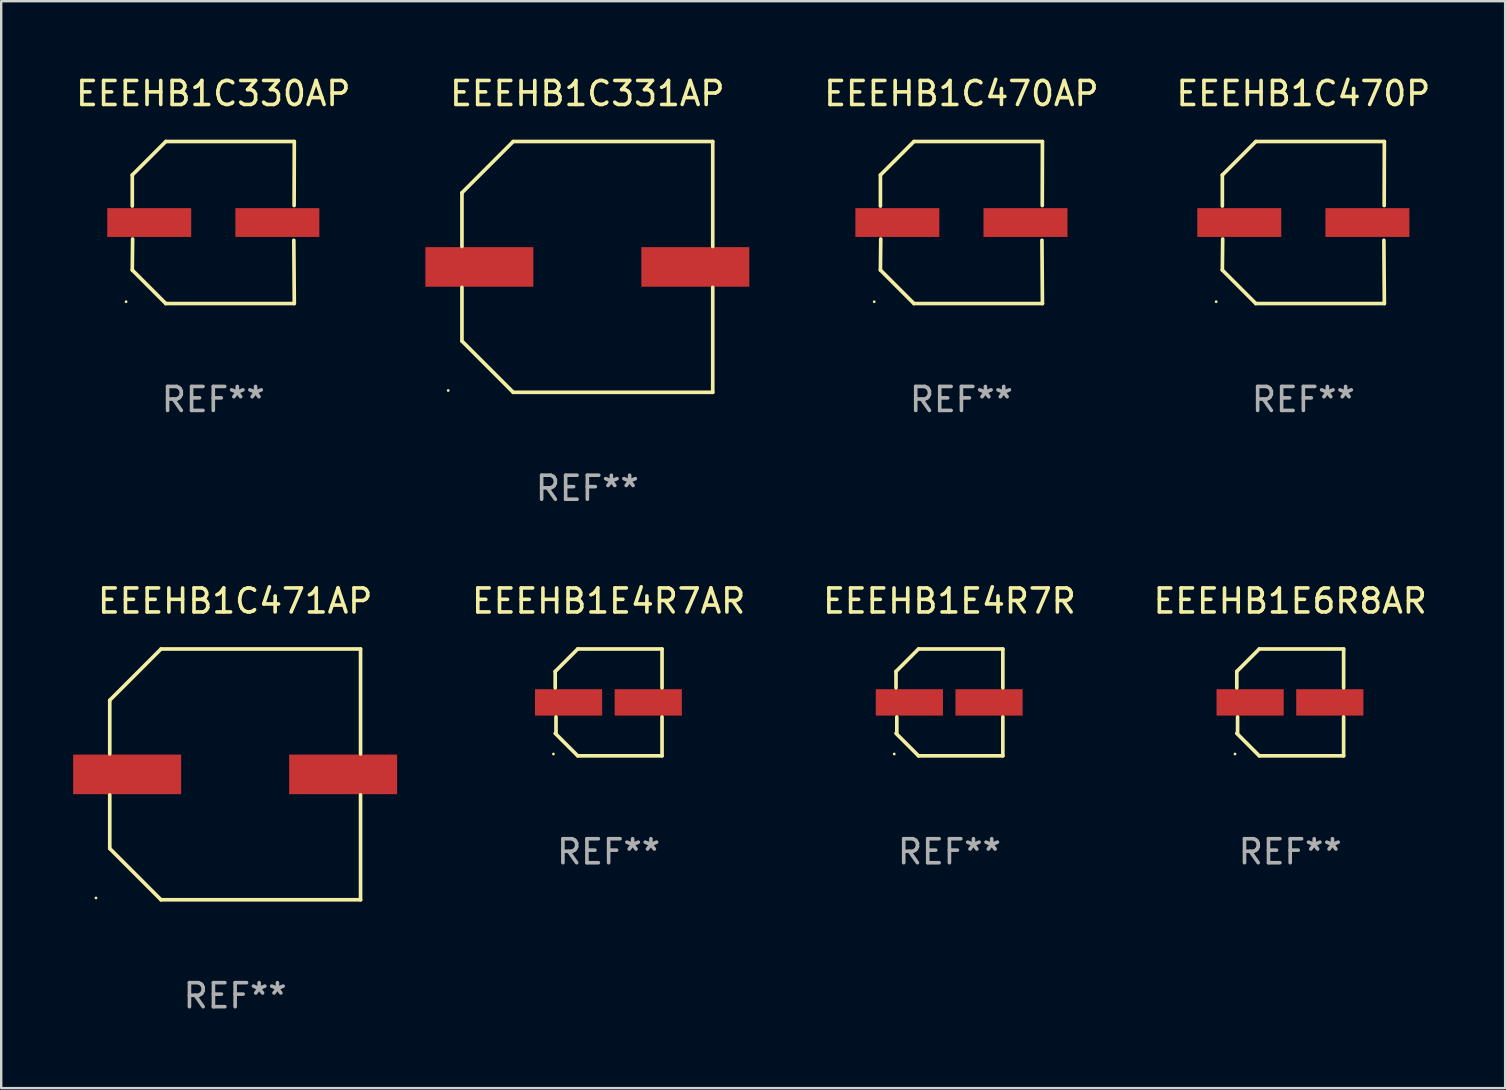
<source format=kicad_pcb>
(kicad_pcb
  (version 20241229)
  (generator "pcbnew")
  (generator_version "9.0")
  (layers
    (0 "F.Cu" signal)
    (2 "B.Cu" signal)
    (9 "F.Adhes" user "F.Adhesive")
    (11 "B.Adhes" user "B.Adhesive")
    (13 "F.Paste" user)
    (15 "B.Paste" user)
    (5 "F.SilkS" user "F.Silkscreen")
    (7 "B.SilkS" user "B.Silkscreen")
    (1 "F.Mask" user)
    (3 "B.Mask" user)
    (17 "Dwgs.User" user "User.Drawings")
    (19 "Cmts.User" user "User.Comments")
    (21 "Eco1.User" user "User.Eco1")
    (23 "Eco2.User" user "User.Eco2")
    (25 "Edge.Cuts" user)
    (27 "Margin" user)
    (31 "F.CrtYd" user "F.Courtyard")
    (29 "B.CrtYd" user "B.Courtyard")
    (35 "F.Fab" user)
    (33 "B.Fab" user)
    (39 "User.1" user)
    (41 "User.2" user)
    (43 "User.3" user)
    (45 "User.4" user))
  (footprint "EEEHB1C470AP"
    (layer "F.Cu")
    (at 37.018 6.224)
    (property "Reference" "EEEHB1C470AP" (at 0 -5.376 0) (layer "F.SilkS") (effects (font (size 1 1) (thickness 0.15))))
    (attr through_hole)
    (fp_line (start -3.376 -1.98) (end -3.376 -0.686) (stroke (width 0.152) (type solid)) (layer "F.SilkS"))
    (fp_line (start -3.376 1.981) (end -3.362 0.686) (stroke (width 0.152) (type solid)) (layer "F.SilkS"))
    (fp_line (start -1.981 3.376) (end -3.376 1.981) (stroke (width 0.152) (type solid)) (layer "F.SilkS"))
    (fp_line (start -1.98 -3.376) (end -3.376 -1.98) (stroke (width 0.152) (type solid)) (layer "F.SilkS"))
    (fp_line (start 3.356 0.74) (end 3.376 3.376) (stroke (width 0.152) (type solid)) (layer "F.SilkS"))
    (fp_line (start 3.369 -0.707) (end 3.376 -3.376) (stroke (width 0.152) (type solid)) (layer "F.SilkS"))
    (fp_line (start 3.376 3.376) (end -1.981 3.376) (stroke (width 0.152) (type solid)) (layer "F.SilkS"))
    (fp_line (start 3.376 -3.376) (end -1.98 -3.376) (stroke (width 0.152) (type solid)) (layer "F.SilkS"))
    (fp_circle (center -3.634 3.3) (end -3.604 3.3) (stroke (width 0.06) (type solid)) (fill no) (layer "F.SilkS"))
    (fp_text user "REF**" (at 0 7.376 0) (layer "F.Fab") (effects (font (size 1 1) (thickness 0.15))))
    (pad "1" smd rect (at -2.67 0.000254) (size 3.5 1.2) (layers "F.Cu" "F.Mask" "F.Paste"))
    (pad "2" smd rect (at 2.67 0.000254) (size 3.5 1.2) (layers "F.Cu" "F.Mask" "F.Paste")))
  (footprint "EEEHB1E6R8AR"
    (layer "F.Cu")
    (at 50.72 26.223)
    (property "Reference" "EEEHB1E6R8AR" (at 0 -4.226 0) (layer "F.SilkS") (effects (font (size 1 1) (thickness 0.15))))
    (attr through_hole)
    (fp_line (start -2.226 -1.29) (end -2.226 -0.607) (stroke (width 0.152) (type solid)) (layer "F.SilkS"))
    (fp_line (start -2.193 1.29) (end -2.193 0.607) (stroke (width 0.152) (type solid)) (layer "F.SilkS"))
    (fp_line (start -1.29 2.226) (end -2.226 1.29) (stroke (width 0.152) (type solid)) (layer "F.SilkS"))
    (fp_line (start -1.29 -2.226) (end -2.226 -1.29) (stroke (width 0.152) (type solid)) (layer "F.SilkS"))
    (fp_line (start 2.226 -2.226) (end -1.29 -2.226) (stroke (width 0.152) (type solid)) (layer "F.SilkS"))
    (fp_line (start 2.226 -0.607) (end 2.226 -2.226) (stroke (width 0.152) (type solid)) (layer "F.SilkS"))
    (fp_line (start 2.226 0.607) (end 2.226 2.226) (stroke (width 0.152) (type solid)) (layer "F.SilkS"))
    (fp_line (start 2.226 2.226) (end -1.29 2.226) (stroke (width 0.152) (type solid)) (layer "F.SilkS"))
    (fp_circle (center -2.3 2.15) (end -2.27 2.15) (stroke (width 0.06) (type solid)) (fill no) (layer "F.SilkS"))
    (fp_text user "REF**" (at 0 6.226 0) (layer "F.Fab") (effects (font (size 1 1) (thickness 0.15))))
    (pad "1" smd rect (at -1.67 -0.000025) (size 2.8 1.1) (layers "F.Cu" "F.Mask" "F.Paste"))
    (pad "2" smd rect (at 1.651 -0.000025) (size 2.8 1.1) (layers "F.Cu" "F.Mask" "F.Paste")))
  (footprint "EEEHB1E4R7R"
    (layer "F.Cu")
    (at 36.518 26.223)
    (property "Reference" "EEEHB1E4R7R" (at 0 -4.226 0) (layer "F.SilkS") (effects (font (size 1 1) (thickness 0.15))))
    (attr through_hole)
    (fp_line (start -2.226 -1.29) (end -2.226 -0.607) (stroke (width 0.152) (type solid)) (layer "F.SilkS"))
    (fp_line (start -2.193 1.29) (end -2.193 0.607) (stroke (width 0.152) (type solid)) (layer "F.SilkS"))
    (fp_line (start -1.29 2.226) (end -2.226 1.29) (stroke (width 0.152) (type solid)) (layer "F.SilkS"))
    (fp_line (start -1.29 -2.226) (end -2.226 -1.29) (stroke (width 0.152) (type solid)) (layer "F.SilkS"))
    (fp_line (start 2.226 -2.226) (end -1.29 -2.226) (stroke (width 0.152) (type solid)) (layer "F.SilkS"))
    (fp_line (start 2.226 -0.607) (end 2.226 -2.226) (stroke (width 0.152) (type solid)) (layer "F.SilkS"))
    (fp_line (start 2.226 0.607) (end 2.226 2.226) (stroke (width 0.152) (type solid)) (layer "F.SilkS"))
    (fp_line (start 2.226 2.226) (end -1.29 2.226) (stroke (width 0.152) (type solid)) (layer "F.SilkS"))
    (fp_circle (center -2.3 2.15) (end -2.27 2.15) (stroke (width 0.06) (type solid)) (fill no) (layer "F.SilkS"))
    (fp_text user "REF**" (at 0 6.226 0) (layer "F.Fab") (effects (font (size 1 1) (thickness 0.15))))
    (pad "1" smd rect (at -1.67 -0.000025) (size 2.8 1.1) (layers "F.Cu" "F.Mask" "F.Paste"))
    (pad "2" smd rect (at 1.651 -0.000025) (size 2.8 1.1) (layers "F.Cu" "F.Mask" "F.Paste")))
  (footprint "EEEHB1C331AP"
    (layer "F.Cu")
    (at 21.428 8.074)
    (property "Reference" "EEEHB1C331AP" (at 0 -7.226 0) (layer "F.SilkS") (effects (font (size 1 1) (thickness 0.15))))
    (attr through_hole)
    (fp_line (start -5.226 -3.09) (end -5.226 -0.852) (stroke (width 0.152) (type solid)) (layer "F.SilkS"))
    (fp_line (start -5.226 3.09) (end -5.226 0.852) (stroke (width 0.152) (type solid)) (layer "F.SilkS"))
    (fp_line (start -3.09 -5.226) (end -5.226 -3.09) (stroke (width 0.152) (type solid)) (layer "F.SilkS"))
    (fp_line (start -3.09 5.226) (end -5.226 3.09) (stroke (width 0.152) (type solid)) (layer "F.SilkS"))
    (fp_line (start 5.226 -5.226) (end -3.09 -5.226) (stroke (width 0.152) (type solid)) (layer "F.SilkS"))
    (fp_line (start 5.226 -0.852) (end 5.226 -5.226) (stroke (width 0.152) (type solid)) (layer "F.SilkS"))
    (fp_line (start 5.226 0.852) (end 5.226 5.226) (stroke (width 0.152) (type solid)) (layer "F.SilkS"))
    (fp_line (start 5.226 5.226) (end -3.09 5.226) (stroke (width 0.152) (type solid)) (layer "F.SilkS"))
    (fp_circle (center -5.8 5.15) (end -5.77 5.15) (stroke (width 0.06) (type solid)) (fill no) (layer "F.SilkS"))
    (fp_text user "REF**" (at 0 9.226 0) (layer "F.Fab") (effects (font (size 1 1) (thickness 0.15))))
    (pad "1" smd rect (at -4.5 0) (size 4.5 1.65) (layers "F.Cu" "F.Mask" "F.Paste"))
    (pad "2" smd rect (at 4.5 0) (size 4.5 1.65) (layers "F.Cu" "F.Mask" "F.Paste")))
  (footprint "EEEHB1C471AP"
    (layer "F.Cu")
    (at 6.75 29.223)
    (property "Reference" "EEEHB1C471AP" (at 0 -7.226 0) (layer "F.SilkS") (effects (font (size 1 1) (thickness 0.15))))
    (attr through_hole)
    (fp_line (start -5.226 -3.09) (end -5.226 -0.852) (stroke (width 0.152) (type solid)) (layer "F.SilkS"))
    (fp_line (start -5.226 3.09) (end -5.226 0.852) (stroke (width 0.152) (type solid)) (layer "F.SilkS"))
    (fp_line (start -3.09 -5.226) (end -5.226 -3.09) (stroke (width 0.152) (type solid)) (layer "F.SilkS"))
    (fp_line (start -3.09 5.226) (end -5.226 3.09) (stroke (width 0.152) (type solid)) (layer "F.SilkS"))
    (fp_line (start 5.226 -5.226) (end -3.09 -5.226) (stroke (width 0.152) (type solid)) (layer "F.SilkS"))
    (fp_line (start 5.226 -0.852) (end 5.226 -5.226) (stroke (width 0.152) (type solid)) (layer "F.SilkS"))
    (fp_line (start 5.226 0.852) (end 5.226 5.226) (stroke (width 0.152) (type solid)) (layer "F.SilkS"))
    (fp_line (start 5.226 5.226) (end -3.09 5.226) (stroke (width 0.152) (type solid)) (layer "F.SilkS"))
    (fp_circle (center -5.8 5.15) (end -5.77 5.15) (stroke (width 0.06) (type solid)) (fill no) (layer "F.SilkS"))
    (fp_text user "REF**" (at 0 9.226 0) (layer "F.Fab") (effects (font (size 1 1) (thickness 0.15))))
    (pad "1" smd rect (at -4.5 0) (size 4.5 1.65) (layers "F.Cu" "F.Mask" "F.Paste"))
    (pad "2" smd rect (at 4.5 0) (size 4.5 1.65) (layers "F.Cu" "F.Mask" "F.Paste")))
  (footprint "EEEHB1C330AP"
    (layer "F.Cu")
    (at 5.839 6.224)
    (property "Reference" "EEEHB1C330AP" (at 0 -5.376 0) (layer "F.SilkS") (effects (font (size 1 1) (thickness 0.15))))
    (attr through_hole)
    (fp_line (start -3.376 -1.98) (end -3.376 -0.686) (stroke (width 0.152) (type solid)) (layer "F.SilkS"))
    (fp_line (start -3.376 1.981) (end -3.362 0.686) (stroke (width 0.152) (type solid)) (layer "F.SilkS"))
    (fp_line (start -1.981 3.376) (end -3.376 1.981) (stroke (width 0.152) (type solid)) (layer "F.SilkS"))
    (fp_line (start -1.98 -3.376) (end -3.376 -1.98) (stroke (width 0.152) (type solid)) (layer "F.SilkS"))
    (fp_line (start 3.356 0.74) (end 3.376 3.376) (stroke (width 0.152) (type solid)) (layer "F.SilkS"))
    (fp_line (start 3.369 -0.707) (end 3.376 -3.376) (stroke (width 0.152) (type solid)) (layer "F.SilkS"))
    (fp_line (start 3.376 3.376) (end -1.981 3.376) (stroke (width 0.152) (type solid)) (layer "F.SilkS"))
    (fp_line (start 3.376 -3.376) (end -1.98 -3.376) (stroke (width 0.152) (type solid)) (layer "F.SilkS"))
    (fp_circle (center -3.634 3.3) (end -3.604 3.3) (stroke (width 0.06) (type solid)) (fill no) (layer "F.SilkS"))
    (fp_text user "REF**" (at 0 7.376 0) (layer "F.Fab") (effects (font (size 1 1) (thickness 0.15))))
    (pad "1" smd rect (at -2.67 0.000254) (size 3.5 1.2) (layers "F.Cu" "F.Mask" "F.Paste"))
    (pad "2" smd rect (at 2.67 0.000254) (size 3.5 1.2) (layers "F.Cu" "F.Mask" "F.Paste")))
  (footprint "EEEHB1C470P"
    (layer "F.Cu")
    (at 51.268 6.224)
    (property "Reference" "EEEHB1C470P" (at 0 -5.376 0) (layer "F.SilkS") (effects (font (size 1 1) (thickness 0.15))))
    (attr through_hole)
    (fp_line (start -3.376 -1.98) (end -3.376 -0.686) (stroke (width 0.152) (type solid)) (layer "F.SilkS"))
    (fp_line (start -3.376 1.981) (end -3.362 0.686) (stroke (width 0.152) (type solid)) (layer "F.SilkS"))
    (fp_line (start -1.981 3.376) (end -3.376 1.981) (stroke (width 0.152) (type solid)) (layer "F.SilkS"))
    (fp_line (start -1.98 -3.376) (end -3.376 -1.98) (stroke (width 0.152) (type solid)) (layer "F.SilkS"))
    (fp_line (start 3.356 0.74) (end 3.376 3.376) (stroke (width 0.152) (type solid)) (layer "F.SilkS"))
    (fp_line (start 3.369 -0.707) (end 3.376 -3.376) (stroke (width 0.152) (type solid)) (layer "F.SilkS"))
    (fp_line (start 3.376 3.376) (end -1.981 3.376) (stroke (width 0.152) (type solid)) (layer "F.SilkS"))
    (fp_line (start 3.376 -3.376) (end -1.98 -3.376) (stroke (width 0.152) (type solid)) (layer "F.SilkS"))
    (fp_circle (center -3.634 3.3) (end -3.604 3.3) (stroke (width 0.06) (type solid)) (fill no) (layer "F.SilkS"))
    (fp_text user "REF**" (at 0 7.376 0) (layer "F.Fab") (effects (font (size 1 1) (thickness 0.15))))
    (pad "1" smd rect (at -2.67 0.000254) (size 3.5 1.2) (layers "F.Cu" "F.Mask" "F.Paste"))
    (pad "2" smd rect (at 2.67 0.000254) (size 3.5 1.2) (layers "F.Cu" "F.Mask" "F.Paste")))
  (footprint "EEEHB1E4R7AR"
    (layer "F.Cu")
    (at 22.315 26.223)
    (property "Reference" "EEEHB1E4R7AR" (at 0 -4.226 0) (layer "F.SilkS") (effects (font (size 1 1) (thickness 0.15))))
    (attr through_hole)
    (fp_line (start -2.226 -1.29) (end -2.226 -0.607) (stroke (width 0.152) (type solid)) (layer "F.SilkS"))
    (fp_line (start -2.193 1.29) (end -2.193 0.607) (stroke (width 0.152) (type solid)) (layer "F.SilkS"))
    (fp_line (start -1.29 2.226) (end -2.226 1.29) (stroke (width 0.152) (type solid)) (layer "F.SilkS"))
    (fp_line (start -1.29 -2.226) (end -2.226 -1.29) (stroke (width 0.152) (type solid)) (layer "F.SilkS"))
    (fp_line (start 2.226 -2.226) (end -1.29 -2.226) (stroke (width 0.152) (type solid)) (layer "F.SilkS"))
    (fp_line (start 2.226 -0.607) (end 2.226 -2.226) (stroke (width 0.152) (type solid)) (layer "F.SilkS"))
    (fp_line (start 2.226 0.607) (end 2.226 2.226) (stroke (width 0.152) (type solid)) (layer "F.SilkS"))
    (fp_line (start 2.226 2.226) (end -1.29 2.226) (stroke (width 0.152) (type solid)) (layer "F.SilkS"))
    (fp_circle (center -2.3 2.15) (end -2.27 2.15) (stroke (width 0.06) (type solid)) (fill no) (layer "F.SilkS"))
    (fp_text user "REF**" (at 0 6.226 0) (layer "F.Fab") (effects (font (size 1 1) (thickness 0.15))))
    (pad "1" smd rect (at -1.67 -0.000025) (size 2.8 1.1) (layers "F.Cu" "F.Mask" "F.Paste"))
    (pad "2" smd rect (at 1.651 -0.000025) (size 2.8 1.1) (layers "F.Cu" "F.Mask" "F.Paste")))
  (gr_rect
    (start -3 -3)
    (end 59.678 42.298)
    (stroke (width 0.1) (type default))
    (fill no)
    (layer "Edge.Cuts")))
</source>
